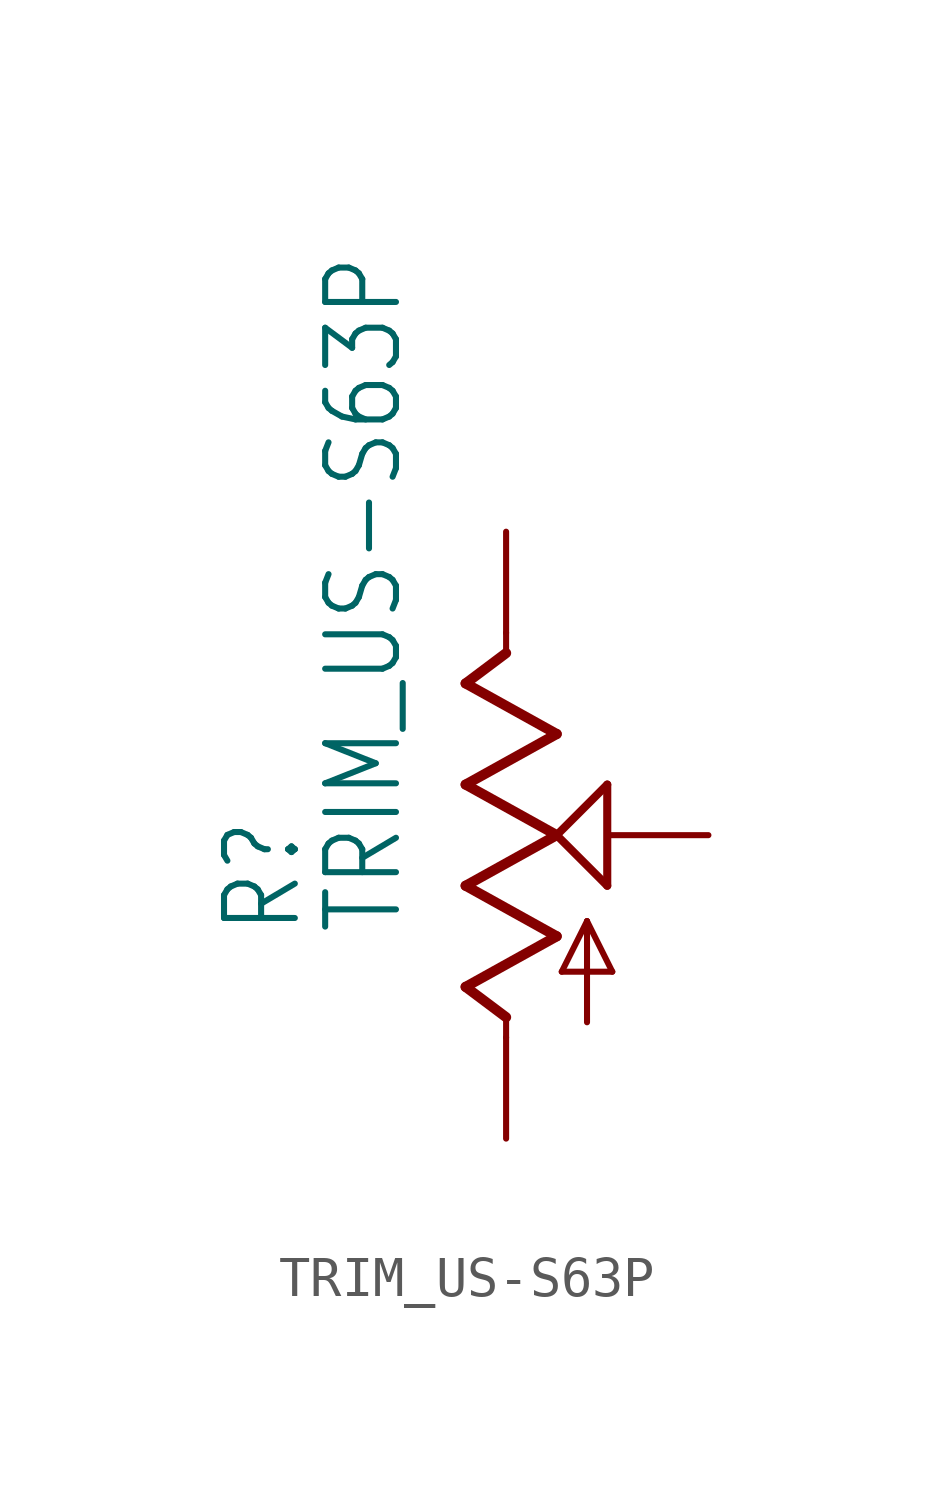
<source format=kicad_sym>
(kicad_symbol_lib
  (version 20211014)
  (generator kicad_symbol_editor)
  (symbol "TRIM_US-S63P"
    (property "Reference" "R"
      (at -5.08 -2.54 90)
      (effects (font (size 1.778 1.511)) (justify left bottom)))
    (property "Value" "TRIM_US-S63P"
      (at -2.54 -2.54 90)
      (effects (font (size 1.778 1.511)) (justify left bottom)))
    (property "ki_locked" ""
      (at 0 0 0)
      (effects (font (size 1.27 1.27))))
    (symbol "TRIM_US-S63P_1_0"
      (polyline (pts (xy -1.016 -3.81) (xy 1.27 -2.54)) (stroke (width 0.254) (type default) (color 0 0 0 0)) (fill (type none)))
      (polyline (pts (xy -1.016 -1.27) (xy 1.27 0)) (stroke (width 0.254) (type default) (color 0 0 0 0)) (fill (type none)))
      (polyline (pts (xy -1.016 1.27) (xy 1.27 2.54)) (stroke (width 0.254) (type default) (color 0 0 0 0)) (fill (type none)))
      (polyline (pts (xy -1.016 3.81) (xy 0 4.572)) (stroke (width 0.254) (type default) (color 0 0 0 0)) (fill (type none)))
      (polyline (pts (xy 0 -5.08) (xy 0 -4.572)) (stroke (width 0.152) (type default) (color 0 0 0 0)) (fill (type none)))
      (polyline (pts (xy 0 -4.572) (xy -1.016 -3.81)) (stroke (width 0.254) (type default) (color 0 0 0 0)) (fill (type none)))
      (polyline (pts (xy 0 4.572) (xy 0 5.08)) (stroke (width 0.152) (type default) (color 0 0 0 0)) (fill (type none)))
      (polyline (pts (xy 1.27 -2.54) (xy -1.016 -1.27)) (stroke (width 0.254) (type default) (color 0 0 0 0)) (fill (type none)))
      (polyline (pts (xy 1.27 0) (xy -1.016 1.27)) (stroke (width 0.254) (type default) (color 0 0 0 0)) (fill (type none)))
      (polyline (pts (xy 1.27 0) (xy 2.54 1.27)) (stroke (width 0.203) (type default) (color 0 0 0 0)) (fill (type none)))
      (polyline (pts (xy 1.27 2.54) (xy -1.016 3.81)) (stroke (width 0.254) (type default) (color 0 0 0 0)) (fill (type none)))
      (polyline (pts (xy 1.397 -3.429) (xy 2.032 -2.159)) (stroke (width 0.152) (type default) (color 0 0 0 0)) (fill (type none)))
      (polyline (pts (xy 2.032 -4.699) (xy 2.032 -2.159)) (stroke (width 0.152) (type default) (color 0 0 0 0)) (fill (type none)))
      (polyline (pts (xy 2.032 -2.159) (xy 2.667 -3.429)) (stroke (width 0.152) (type default) (color 0 0 0 0)) (fill (type none)))
      (polyline (pts (xy 2.54 -1.27) (xy 1.27 0)) (stroke (width 0.203) (type default) (color 0 0 0 0)) (fill (type none)))
      (polyline (pts (xy 2.54 1.27) (xy 2.54 -1.27)) (stroke (width 0.203) (type default) (color 0 0 0 0)) (fill (type none)))
      (polyline (pts (xy 2.667 -3.429) (xy 1.397 -3.429)) (stroke (width 0.152) (type default) (color 0 0 0 0)) (fill (type none)))
      (pin passive line (at 0 -7.62 90) (length 2.54) (name "A" (effects (font (size 0 0)))) (number "A" (effects (font (size 0 0)))))
      (pin passive line (at 0 7.62 270) (length 2.54) (name "E" (effects (font (size 0 0)))) (number "E" (effects (font (size 0 0)))))
      (pin passive line (at 5.08 0 180) (length 2.54) (name "S" (effects (font (size 0 0)))) (number "S" (effects (font (size 0 0))))))))
</source>
